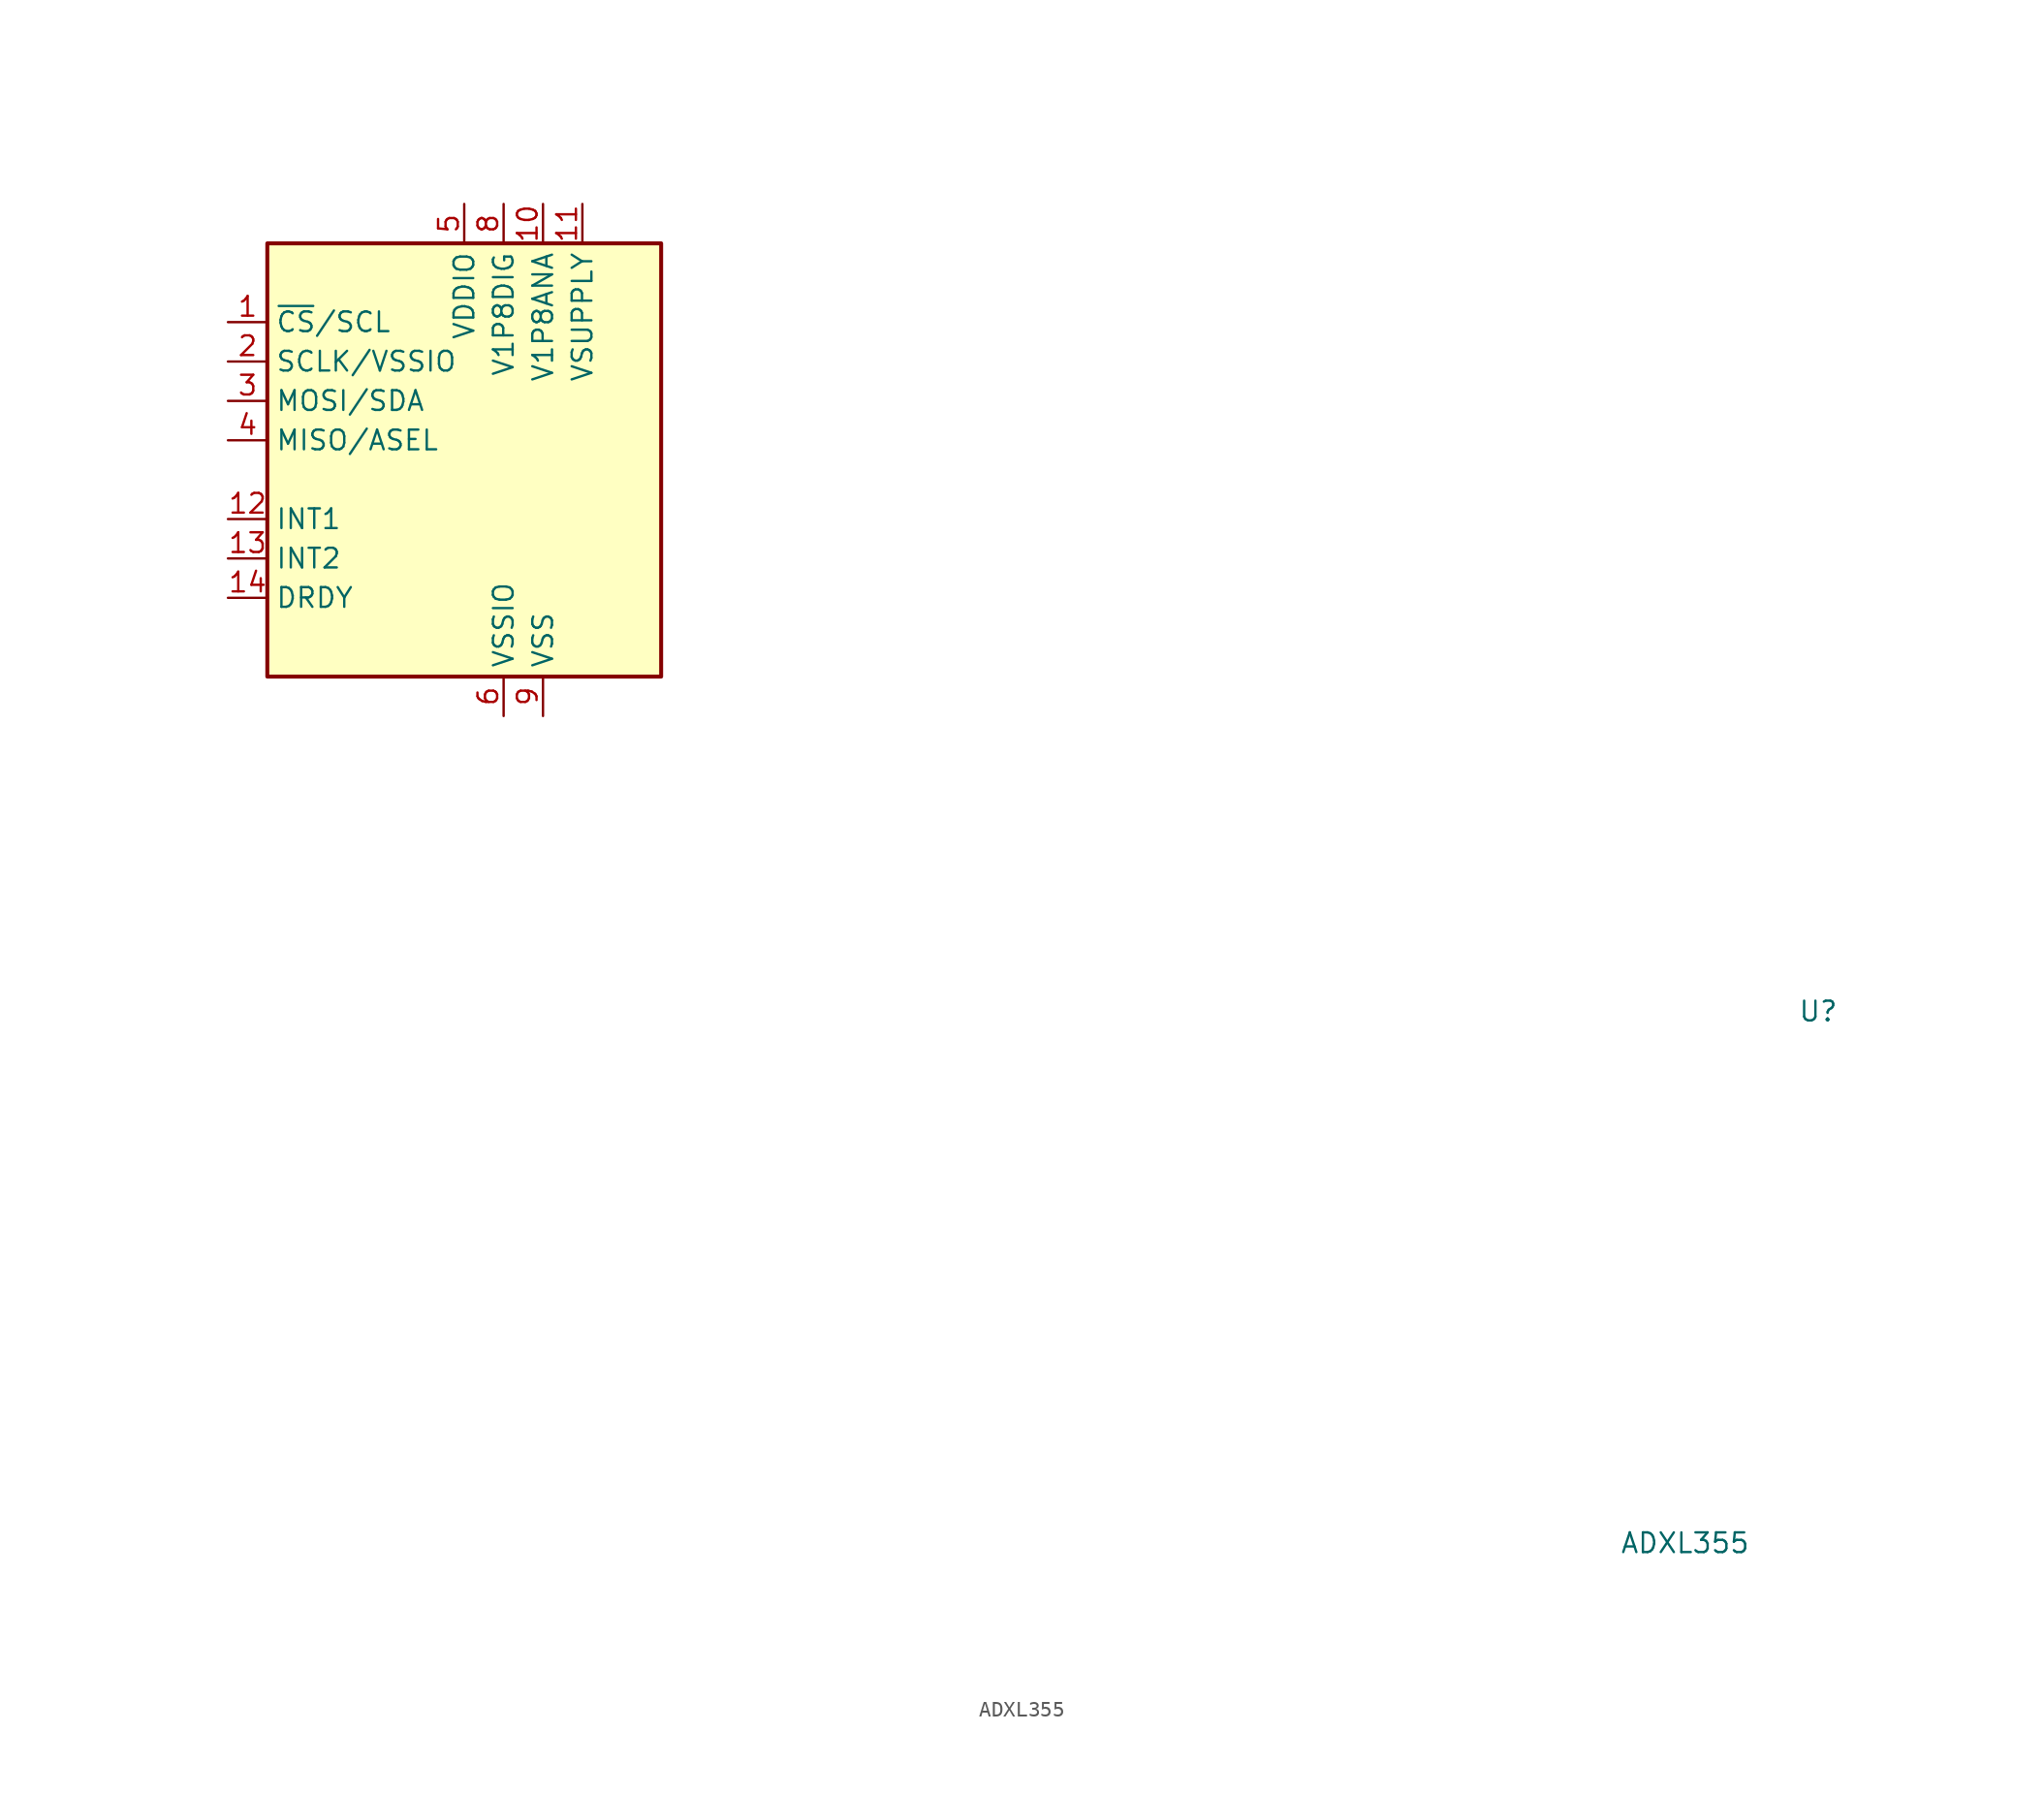
<source format=kicad_sym>
(kicad_symbol_lib
  (version 20220914)
  (generator kicad_symbol_editor)
  (symbol "ADXL355"
    (property "Reference" "U"
      (at 80.934 -36.83 0)
      (effects (font (size 1.27 1.27)) (justify left)))
    (property "Value" "ADXL355"
      (at 73.66 -71.12 0)
      (effects (font (size 1.27 1.27))))
    (symbol "ADXL355_0_0"
      (pin input line (at -20.32 7.62 0) (length 2.54) (name "~{CS}/SCL" (effects (font (size 1.27 1.27)))) (number "1" (effects (font (size 1.27 1.27)))))
      (pin power_in line (at 0 15.24 270) (length 2.54) (name "V1P8ANA" (effects (font (size 1.27 1.27)))) (number "10" (effects (font (size 1.27 1.27)))))
      (pin power_in line (at 2.54 15.24 270) (length 2.54) (name "VSUPPLY" (effects (font (size 1.27 1.27)))) (number "11" (effects (font (size 1.27 1.27)))))
      (pin output line (at -20.32 -5.08 0) (length 2.54) (name "INT1" (effects (font (size 1.27 1.27)))) (number "12" (effects (font (size 1.27 1.27)))))
      (pin output line (at -20.32 -7.62 0) (length 2.54) (name "INT2" (effects (font (size 1.27 1.27)))) (number "13" (effects (font (size 1.27 1.27)))))
      (pin output line (at -20.32 -10.16 0) (length 2.54) (name "DRDY" (effects (font (size 1.27 1.27)))) (number "14" (effects (font (size 1.27 1.27)))))
      (pin input line (at -20.32 5.08 0) (length 2.54) (name "SCLK/VSSIO" (effects (font (size 1.27 1.27)))) (number "2" (effects (font (size 1.27 1.27)))))
      (pin bidirectional line (at -20.32 2.54 0) (length 2.54) (name "MOSI/SDA" (effects (font (size 1.27 1.27)))) (number "3" (effects (font (size 1.27 1.27)))))
      (pin bidirectional line (at -20.32 0 0) (length 2.54) (name "MISO/ASEL" (effects (font (size 1.27 1.27)))) (number "4" (effects (font (size 1.27 1.27)))))
      (pin power_in line (at -5.08 15.24 270) (length 2.54) (name "VDDIO" (effects (font (size 1.27 1.27)))) (number "5" (effects (font (size 1.27 1.27)))))
      (pin power_in line (at -2.54 -17.78 90) (length 2.54) (name "VSSIO" (effects (font (size 1.27 1.27)))) (number "6" (effects (font (size 1.27 1.27)))))
      (pin power_in line (at -2.54 15.24 270) (length 2.54) (name "V1P8DIG" (effects (font (size 1.27 1.27)))) (number "8" (effects (font (size 1.27 1.27)))))
      (pin power_in line (at 0 -17.78 90) (length 2.54) (name "VSS" (effects (font (size 1.27 1.27)))) (number "9" (effects (font (size 1.27 1.27))))))
    (symbol "ADXL355_1_0"
      (pin no_connect line (at 10.16 -2.54 180) (length 2.54) hide (name "RESERVED" (effects (font (size 1.27 1.27)))) (number "7" (effects (font (size 1.27 1.27))))))
    (symbol "ADXL355_1_1"
      (rectangle (start -17.78 12.7) (end 7.62 -15.24) (stroke (width 0.254) (type default)) (fill (type background))))))
</source>
